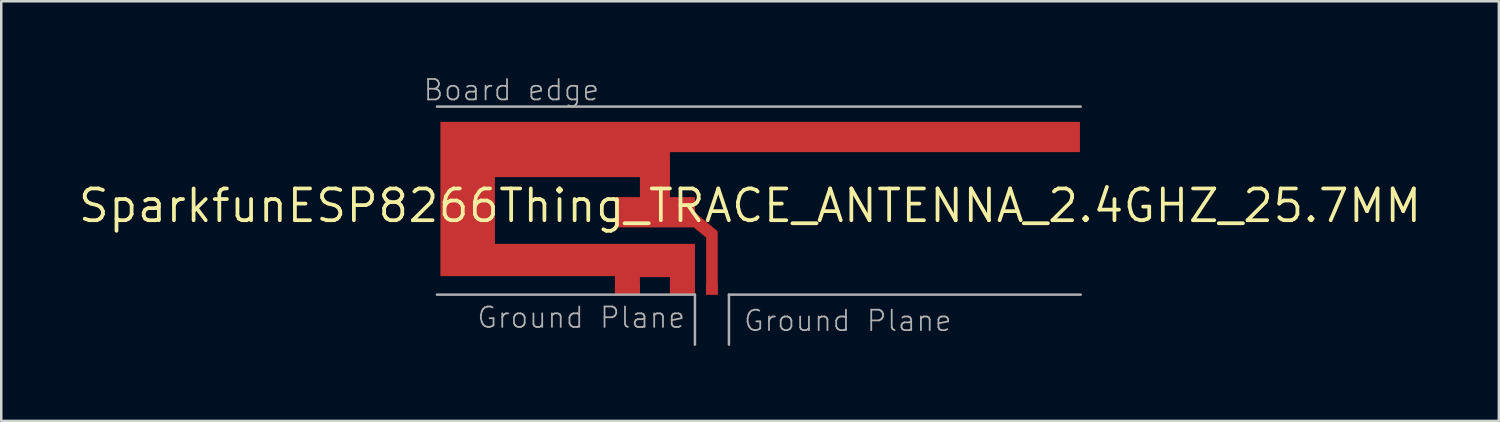
<source format=kicad_pcb>
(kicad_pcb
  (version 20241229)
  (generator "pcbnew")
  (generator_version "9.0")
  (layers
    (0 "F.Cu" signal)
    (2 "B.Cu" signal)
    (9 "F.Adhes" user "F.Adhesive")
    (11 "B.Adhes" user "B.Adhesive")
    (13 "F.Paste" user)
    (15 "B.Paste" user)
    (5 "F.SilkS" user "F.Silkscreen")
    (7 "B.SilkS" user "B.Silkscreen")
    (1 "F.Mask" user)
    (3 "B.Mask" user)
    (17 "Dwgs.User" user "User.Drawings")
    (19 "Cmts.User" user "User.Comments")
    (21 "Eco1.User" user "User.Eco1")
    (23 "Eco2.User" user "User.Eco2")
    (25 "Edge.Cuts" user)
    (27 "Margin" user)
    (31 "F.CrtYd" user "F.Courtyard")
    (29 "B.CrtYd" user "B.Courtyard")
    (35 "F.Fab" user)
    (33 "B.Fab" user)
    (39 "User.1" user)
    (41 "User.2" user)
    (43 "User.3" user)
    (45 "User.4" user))
  (footprint "SparkfunESP8266Thing_TRACE_ANTENNA_2.4GHZ_25.7MM"
    (layer "F.Cu")
    (at 25.425 8.734)
    (property "Reference" "SparkfunESP8266Thing_TRACE_ANTENNA_2.4GHZ_25.7MM" (at 1.524 -3.556 180) (layer "F.SilkS") (effects (font (size 1.27 1.27) (thickness 0.15))))
    (fp_poly (pts (xy 14.72 -5.7) (xy -1.68 -5.7) (xy -1.68 -3.9) (xy -0.68 -3.9) (xy -0.68 -3.29) (xy 0.23 -2.53) (xy 0.23 0) (xy -0.23 0) (xy -0.23 -2.28) (xy -0.73 -2.69) (xy -3.88 -2.69) (xy -3.88 -3.9) (xy -2.88 -3.9) (xy -2.88 -4.7) (xy -8.68 -4.7) (xy -8.68 -2.03) (xy -0.68 -2.03) (xy -0.68 0) (xy -1.68 0) (xy -1.68 -0.7) (xy -2.88 -0.7) (xy -2.88 0) (xy -3.88 0) (xy -3.88 -0.74) (xy -10.86 -0.74) (xy -10.86 -6.91) (xy 14.72 -6.91)) (stroke (width 0) (type default)) (fill yes) (layer "F.Cu"))
    (fp_line (start -11 -7.52) (end 14.75 -7.52) (stroke (width 0.1) (type solid)) (layer "F.Fab"))
    (fp_line (start -0.68 0) (end -11 0) (stroke (width 0.1) (type solid)) (layer "F.Fab"))
    (fp_line (start -0.68 2) (end -0.68 0) (stroke (width 0.1) (type solid)) (layer "F.Fab"))
    (fp_line (start 0.68 0) (end 0.68 2) (stroke (width 0.1) (type solid)) (layer "F.Fab"))
    (fp_line (start 0.68 0) (end 14.75 0) (stroke (width 0.1) (type solid)) (layer "F.Fab"))
    (fp_text user "Ground Plane" (at 9.652 1.524 180) (layer "F.Fab") (effects (font (size 0.818 0.818) (thickness 0.071)) (justify right bottom)))
    (fp_text user "Board edge" (at -4.449 -7.703 180) (layer "F.Fab") (effects (font (size 0.818 0.818) (thickness 0.071)) (justify right bottom)))
    (fp_text user "Ground Plane" (at -1.016 1.397 180) (layer "F.Fab") (effects (font (size 0.818 0.818) (thickness 0.071)) (justify right bottom)))
    (pad "1" smd rect (at 0 -0.23) (size 0.46 0.46) (layers "F.Cu"))
    (pad "2" smd rect (at -3.38 -0.23) (size 1 0.46) (layers "F.Cu"))
    (pad "2" smd rect (at -1.18 -0.23) (size 1 0.46) (layers "F.Cu")))
  (gr_rect
    (start -3 -3)
    (end 56.899 13.784)
    (stroke (width 0.1) (type default))
    (fill no)
    (layer "Edge.Cuts")))
</source>
